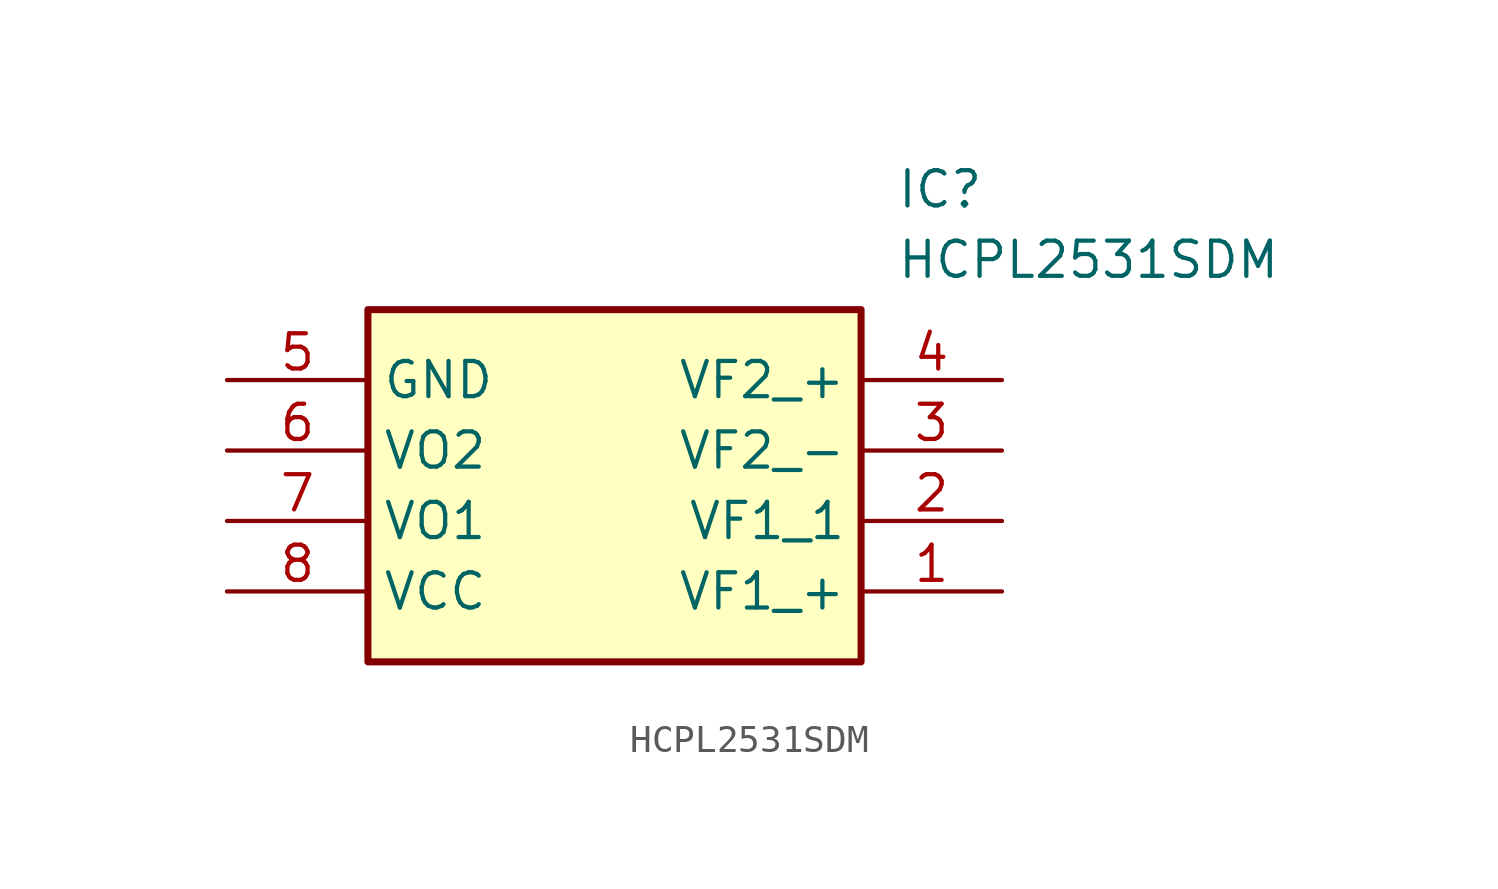
<source format=kicad_sym>
(kicad_symbol_lib
  (version 20211014)
  (generator SamacSys_ECAD_Model)
  (symbol "HCPL2531SDM"
    (property "Reference" "IC"
      (at 24.13 7.62 0)
      (effects (font (size 1.27 1.27)) (justify left top)))
    (property "Value" "HCPL2531SDM"
      (at 24.13 5.08 0)
      (effects (font (size 1.27 1.27)) (justify left top)))
    (rectangle
      (start 5.08 2.54)
      (end 22.86 -10.16)
      (stroke (width 0.254) (type default))
      (fill (type background)))
    (pin passive line
      (at 27.94 -7.62 180)
      (length 5.08)
      (name "VF1_+" (effects (font (size 1.27 1.27))))
      (number "1" (effects (font (size 1.27 1.27)))))
    (pin passive line
      (at 27.94 -5.08 180)
      (length 5.08)
      (name "VF1_1" (effects (font (size 1.27 1.27))))
      (number "2" (effects (font (size 1.27 1.27)))))
    (pin passive line
      (at 27.94 -2.54 180)
      (length 5.08)
      (name "VF2_-" (effects (font (size 1.27 1.27))))
      (number "3" (effects (font (size 1.27 1.27)))))
    (pin passive line
      (at 27.94 0 180)
      (length 5.08)
      (name "VF2_+" (effects (font (size 1.27 1.27))))
      (number "4" (effects (font (size 1.27 1.27)))))
    (pin passive line
      (at 0 0 0)
      (length 5.08)
      (name "GND" (effects (font (size 1.27 1.27))))
      (number "5" (effects (font (size 1.27 1.27)))))
    (pin passive line
      (at 0 -2.54 0)
      (length 5.08)
      (name "VO2" (effects (font (size 1.27 1.27))))
      (number "6" (effects (font (size 1.27 1.27)))))
    (pin passive line
      (at 0 -5.08 0)
      (length 5.08)
      (name "VO1" (effects (font (size 1.27 1.27))))
      (number "7" (effects (font (size 1.27 1.27)))))
    (pin passive line
      (at 0 -7.62 0)
      (length 5.08)
      (name "VCC" (effects (font (size 1.27 1.27))))
      (number "8" (effects (font (size 1.27 1.27)))))))
</source>
